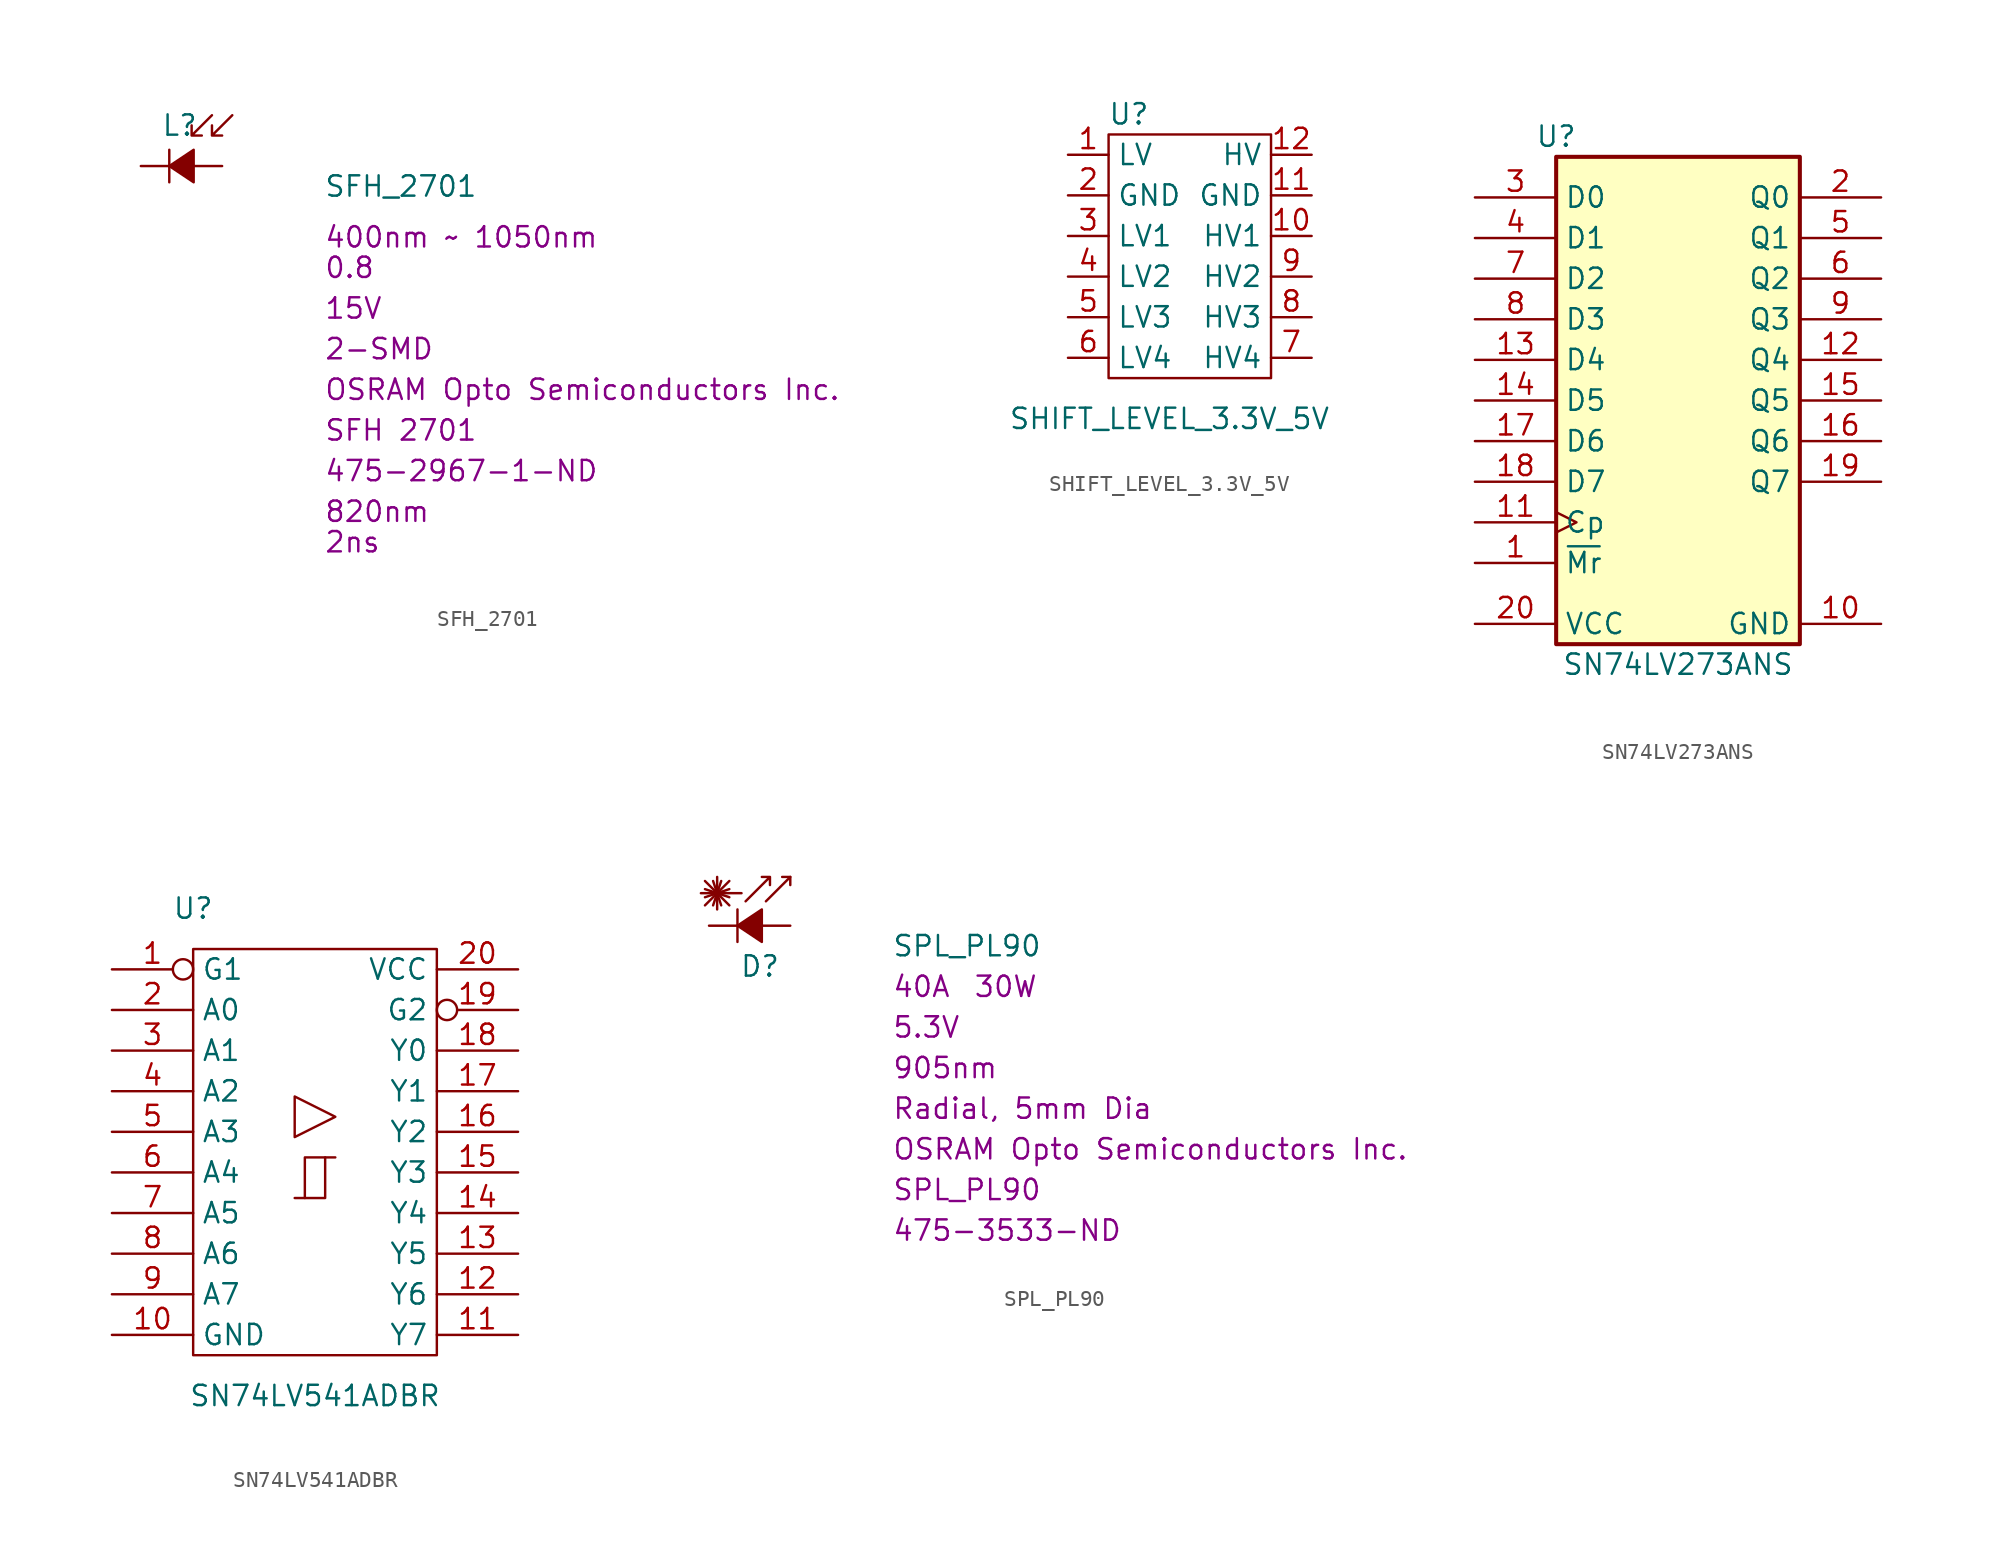
<source format=kicad_sym>
(kicad_symbol_lib
  (version 20220914)
  (generator kicad_symbol_editor)
  (symbol "SFH_2701"
    (pin_numbers hide)
    (pin_names
      (offset 0.254) hide)
    (property "Reference" "L"
      (at -1.27 2.54 0)
      (effects (font (size 1.27 1.27)) (justify left)))
    (property "Value" "SFH_2701"
      (at 8.89 -1.27 0)
      (effects (font (size 1.27 1.27)) (justify left)))
    (property "Voltage - Forward" "0.8"
      (at 8.89 -6.35 0)
      (effects (font (size 1.27 1.27)) (justify left)))
    (property "Voltage - DC Reverse" "15V"
      (at 8.89 -8.89 0)
      (effects (font (size 1.27 1.27)) (justify left)))
    (property "Chip set" "2-SMD"
      (at 8.89 -11.43 0)
      (effects (font (size 1.27 1.27)) (justify left)))
    (property "Wavelength" "820nm"
      (at 8.89 -21.59 0)
      (effects (font (size 1.27 1.27)) (justify left)))
    (property "Spectral Range" "400nm ~ 1050nm"
      (at 8.89 -4.445 0)
      (effects (font (size 1.27 1.27)) (justify left)))
    (property "Response Time" "2ns"
      (at 8.89 -23.495 0)
      (effects (font (size 1.27 1.27)) (justify left)))
    (property "Manufacturer" "OSRAM Opto Semiconductors Inc."
      (at 8.89 -13.97 0)
      (effects (font (size 1.27 1.27)) (justify left)))
    (property "MPN" "SFH 2701"
      (at 8.89 -16.51 0)
      (effects (font (size 1.27 1.27)) (justify left)))
    (property "Digi-Key_PN" "475-2967-1-ND"
      (at 8.89 -19.05 0)
      (effects (font (size 1.27 1.27)) (justify left)))
    (symbol "SFH_2701_0_1"
      (polyline (pts (xy -0.762 -1.016) (xy -0.762 1.016)) (stroke (width 0) (type default)) (fill (type none)))
      (polyline (pts (xy -0.762 0) (xy 0.762 0)) (stroke (width 0) (type default)) (fill (type none)))
      (polyline (pts (xy 0.762 -1.016) (xy -0.762 0) (xy 0.762 1.016) (xy 0.762 -1.016)) (stroke (width 0) (type default)) (fill (type outline))))
    (symbol "SFH_2701_1_1"
      (polyline (pts (xy 0.635 1.905) (xy 1.27 1.905) (xy 0.635 1.905) (xy 0.635 2.54) (xy 0.635 1.905) (xy 1.905 3.175)) (stroke (width 0) (type default)) (fill (type none)))
      (polyline (pts (xy 1.905 1.905) (xy 1.905 2.54) (xy 1.905 1.905) (xy 2.54 1.905) (xy 1.905 1.905) (xy 3.175 3.175)) (stroke (width 0) (type default)) (fill (type none)))
      (pin passive line (at -2.54 0 0) (length 1.778) (name "K" (effects (font (size 1.27 1.27)))) (number "1" (effects (font (size 1.27 1.27)))))
      (pin passive line (at 2.54 0 180) (length 1.778) (name "A" (effects (font (size 1.27 1.27)))) (number "2" (effects (font (size 1.27 1.27)))))))
  (symbol "SHIFT_LEVEL_3.3V_5V"
    (property "Reference" "U"
      (at 3.81 2.54 0)
      (effects (font (size 1.27 1.27))))
    (property "Value" "SHIFT_LEVEL_3.3V_5V"
      (at 6.35 -16.51 0)
      (effects (font (size 1.27 1.27))))
    (symbol "SHIFT_LEVEL_3.3V_5V_0_1"
      (rectangle (start 2.54 1.27) (end 12.7 -13.97) (stroke (width 0) (type default)) (fill (type none))))
    (symbol "SHIFT_LEVEL_3.3V_5V_1_1"
      (pin input line (at 0 0 0) (length 2.54) (name "LV" (effects (font (size 1.27 1.27)))) (number "1" (effects (font (size 1.27 1.27)))))
      (pin input line (at 15.24 -5.08 180) (length 2.54) (name "HV1" (effects (font (size 1.27 1.27)))) (number "10" (effects (font (size 1.27 1.27)))))
      (pin input line (at 15.24 -2.54 180) (length 2.54) (name "GND" (effects (font (size 1.27 1.27)))) (number "11" (effects (font (size 1.27 1.27)))))
      (pin input line (at 15.24 0 180) (length 2.54) (name "HV" (effects (font (size 1.27 1.27)))) (number "12" (effects (font (size 1.27 1.27)))))
      (pin input line (at 0 -2.54 0) (length 2.54) (name "GND" (effects (font (size 1.27 1.27)))) (number "2" (effects (font (size 1.27 1.27)))))
      (pin input line (at 0 -5.08 0) (length 2.54) (name "LV1" (effects (font (size 1.27 1.27)))) (number "3" (effects (font (size 1.27 1.27)))))
      (pin input line (at 0 -7.62 0) (length 2.54) (name "LV2" (effects (font (size 1.27 1.27)))) (number "4" (effects (font (size 1.27 1.27)))))
      (pin input line (at 0 -10.16 0) (length 2.54) (name "LV3" (effects (font (size 1.27 1.27)))) (number "5" (effects (font (size 1.27 1.27)))))
      (pin input line (at 0 -12.7 0) (length 2.54) (name "LV4" (effects (font (size 1.27 1.27)))) (number "6" (effects (font (size 1.27 1.27)))))
      (pin input line (at 15.24 -12.7 180) (length 2.54) (name "HV4" (effects (font (size 1.27 1.27)))) (number "7" (effects (font (size 1.27 1.27)))))
      (pin input line (at 15.24 -10.16 180) (length 2.54) (name "HV3" (effects (font (size 1.27 1.27)))) (number "8" (effects (font (size 1.27 1.27)))))
      (pin input line (at 15.24 -7.62 180) (length 2.54) (name "HV2" (effects (font (size 1.27 1.27)))) (number "9" (effects (font (size 1.27 1.27)))))))
  (symbol "SN74LV273ANS"
    (property "Reference" "U"
      (at -7.62 16.51 0)
      (effects (font (size 1.27 1.27))))
    (property "Value" "SN74LV273ANS"
      (at 0 -16.51 0)
      (effects (font (size 1.27 1.27))))
    (symbol "SN74LV273ANS_1_0"
      (pin input line (at -12.7 -10.16 0) (length 5.08) (name "~{Mr}" (effects (font (size 1.27 1.27)))) (number "1" (effects (font (size 1.27 1.27)))))
      (pin power_in line (at 12.7 -13.97 180) (length 5.08) (name "GND" (effects (font (size 1.27 1.27)))) (number "10" (effects (font (size 1.27 1.27)))))
      (pin input clock (at -12.7 -7.62 0) (length 5.08) (name "Cp" (effects (font (size 1.27 1.27)))) (number "11" (effects (font (size 1.27 1.27)))))
      (pin output line (at 12.7 2.54 180) (length 5.08) (name "Q4" (effects (font (size 1.27 1.27)))) (number "12" (effects (font (size 1.27 1.27)))))
      (pin input line (at -12.7 2.54 0) (length 5.08) (name "D4" (effects (font (size 1.27 1.27)))) (number "13" (effects (font (size 1.27 1.27)))))
      (pin input line (at -12.7 0 0) (length 5.08) (name "D5" (effects (font (size 1.27 1.27)))) (number "14" (effects (font (size 1.27 1.27)))))
      (pin output line (at 12.7 0 180) (length 5.08) (name "Q5" (effects (font (size 1.27 1.27)))) (number "15" (effects (font (size 1.27 1.27)))))
      (pin output line (at 12.7 -2.54 180) (length 5.08) (name "Q6" (effects (font (size 1.27 1.27)))) (number "16" (effects (font (size 1.27 1.27)))))
      (pin input line (at -12.7 -2.54 0) (length 5.08) (name "D6" (effects (font (size 1.27 1.27)))) (number "17" (effects (font (size 1.27 1.27)))))
      (pin input line (at -12.7 -5.08 0) (length 5.08) (name "D7" (effects (font (size 1.27 1.27)))) (number "18" (effects (font (size 1.27 1.27)))))
      (pin output line (at 12.7 -5.08 180) (length 5.08) (name "Q7" (effects (font (size 1.27 1.27)))) (number "19" (effects (font (size 1.27 1.27)))))
      (pin output line (at 12.7 12.7 180) (length 5.08) (name "Q0" (effects (font (size 1.27 1.27)))) (number "2" (effects (font (size 1.27 1.27)))))
      (pin power_in line (at -12.7 -13.97 0) (length 5.08) (name "VCC" (effects (font (size 1.27 1.27)))) (number "20" (effects (font (size 1.27 1.27)))))
      (pin input line (at -12.7 12.7 0) (length 5.08) (name "D0" (effects (font (size 1.27 1.27)))) (number "3" (effects (font (size 1.27 1.27)))))
      (pin input line (at -12.7 10.16 0) (length 5.08) (name "D1" (effects (font (size 1.27 1.27)))) (number "4" (effects (font (size 1.27 1.27)))))
      (pin output line (at 12.7 10.16 180) (length 5.08) (name "Q1" (effects (font (size 1.27 1.27)))) (number "5" (effects (font (size 1.27 1.27)))))
      (pin output line (at 12.7 7.62 180) (length 5.08) (name "Q2" (effects (font (size 1.27 1.27)))) (number "6" (effects (font (size 1.27 1.27)))))
      (pin input line (at -12.7 7.62 0) (length 5.08) (name "D2" (effects (font (size 1.27 1.27)))) (number "7" (effects (font (size 1.27 1.27)))))
      (pin input line (at -12.7 5.08 0) (length 5.08) (name "D3" (effects (font (size 1.27 1.27)))) (number "8" (effects (font (size 1.27 1.27)))))
      (pin output line (at 12.7 5.08 180) (length 5.08) (name "Q3" (effects (font (size 1.27 1.27)))) (number "9" (effects (font (size 1.27 1.27))))))
    (symbol "SN74LV273ANS_1_1"
      (rectangle (start -7.62 15.24) (end 7.62 -15.24) (stroke (width 0.254) (type default)) (fill (type background)))))
  (symbol "SN74LV541ADBR"
    (property "Reference" "U"
      (at -7.62 15.24 0)
      (effects (font (size 1.27 1.27))))
    (property "Value" "SN74LV541ADBR"
      (at 0 -15.24 0)
      (effects (font (size 1.27 1.27))))
    (symbol "SN74LV541ADBR_1_0"
      (polyline (pts (xy -0.635 -2.87) (xy -0.635 -0.33) (xy 0.635 -0.33)) (stroke (width 0) (type default)) (fill (type none)))
      (polyline (pts (xy -1.27 -2.87) (xy 0.635 -2.87) (xy 0.635 -0.33) (xy 1.27 -0.33)) (stroke (width 0) (type default)) (fill (type none)))
      (polyline (pts (xy 1.27 2.21) (xy -1.27 3.48) (xy -1.27 0.94) (xy 1.27 2.21)) (stroke (width 0.152) (type default)) (fill (type none)))
      (pin input inverted (at -12.7 11.43 0) (length 5.08) (name "G1" (effects (font (size 1.27 1.27)))) (number "1" (effects (font (size 1.27 1.27)))))
      (pin power_in line (at -12.7 -11.43 0) (length 5.08) (name "GND" (effects (font (size 1.27 1.27)))) (number "10" (effects (font (size 1.27 1.27)))))
      (pin tri_state line (at 12.7 -11.43 180) (length 5.08) (name "Y7" (effects (font (size 1.27 1.27)))) (number "11" (effects (font (size 1.27 1.27)))))
      (pin tri_state line (at 12.7 -8.89 180) (length 5.08) (name "Y6" (effects (font (size 1.27 1.27)))) (number "12" (effects (font (size 1.27 1.27)))))
      (pin tri_state line (at 12.7 -6.35 180) (length 5.08) (name "Y5" (effects (font (size 1.27 1.27)))) (number "13" (effects (font (size 1.27 1.27)))))
      (pin tri_state line (at 12.7 -3.81 180) (length 5.08) (name "Y4" (effects (font (size 1.27 1.27)))) (number "14" (effects (font (size 1.27 1.27)))))
      (pin tri_state line (at 12.7 -1.27 180) (length 5.08) (name "Y3" (effects (font (size 1.27 1.27)))) (number "15" (effects (font (size 1.27 1.27)))))
      (pin tri_state line (at 12.7 1.27 180) (length 5.08) (name "Y2" (effects (font (size 1.27 1.27)))) (number "16" (effects (font (size 1.27 1.27)))))
      (pin tri_state line (at 12.7 3.81 180) (length 5.08) (name "Y1" (effects (font (size 1.27 1.27)))) (number "17" (effects (font (size 1.27 1.27)))))
      (pin tri_state line (at 12.7 6.35 180) (length 5.08) (name "Y0" (effects (font (size 1.27 1.27)))) (number "18" (effects (font (size 1.27 1.27)))))
      (pin input inverted (at 12.7 8.89 180) (length 5.08) (name "G2" (effects (font (size 1.27 1.27)))) (number "19" (effects (font (size 1.27 1.27)))))
      (pin input line (at -12.7 8.89 0) (length 5.08) (name "A0" (effects (font (size 1.27 1.27)))) (number "2" (effects (font (size 1.27 1.27)))))
      (pin power_in line (at 12.7 11.43 180) (length 5.08) (name "VCC" (effects (font (size 1.27 1.27)))) (number "20" (effects (font (size 1.27 1.27)))))
      (pin input line (at -12.7 6.35 0) (length 5.08) (name "A1" (effects (font (size 1.27 1.27)))) (number "3" (effects (font (size 1.27 1.27)))))
      (pin input line (at -12.7 3.81 0) (length 5.08) (name "A2" (effects (font (size 1.27 1.27)))) (number "4" (effects (font (size 1.27 1.27)))))
      (pin input line (at -12.7 1.27 0) (length 5.08) (name "A3" (effects (font (size 1.27 1.27)))) (number "5" (effects (font (size 1.27 1.27)))))
      (pin input line (at -12.7 -1.27 0) (length 5.08) (name "A4" (effects (font (size 1.27 1.27)))) (number "6" (effects (font (size 1.27 1.27)))))
      (pin input line (at -12.7 -3.81 0) (length 5.08) (name "A5" (effects (font (size 1.27 1.27)))) (number "7" (effects (font (size 1.27 1.27)))))
      (pin input line (at -12.7 -6.35 0) (length 5.08) (name "A6" (effects (font (size 1.27 1.27)))) (number "8" (effects (font (size 1.27 1.27)))))
      (pin input line (at -12.7 -8.89 0) (length 5.08) (name "A7" (effects (font (size 1.27 1.27)))) (number "9" (effects (font (size 1.27 1.27))))))
    (symbol "SN74LV541ADBR_1_1"
      (rectangle (start -7.62 12.7) (end 7.62 -12.7) (stroke (width 0) (type default)) (fill (type none)))))
  (symbol "SPL_PL90"
    (pin_numbers hide)
    (pin_names
      (offset 0.254) hide)
    (property "Reference" "D"
      (at -0.635 -2.54 0)
      (effects (font (size 1.27 1.27)) (justify left)))
    (property "Value" "SPL_PL90"
      (at 8.89 -1.27 0)
      (effects (font (size 1.27 1.27)) (justify left)))
    (property "Current" "40A"
      (at 8.89 -3.81 0)
      (effects (font (size 1.27 1.27)) (justify left)))
    (property "Voltage - Forward" "5.3V"
      (at 8.89 -6.35 0)
      (effects (font (size 1.27 1.27)) (justify left)))
    (property "Wavelength" "905nm"
      (at 8.89 -8.89 0)
      (effects (font (size 1.27 1.27)) (justify left)))
    (property "Chip set" "Radial, 5mm Dia"
      (at 8.89 -11.43 0)
      (effects (font (size 1.27 1.27)) (justify left)))
    (property "Power (Watts)" "30W"
      (at 13.97 -3.81 0)
      (effects (font (size 1.27 1.27)) (justify left)))
    (property "Manufacturer" "OSRAM Opto Semiconductors Inc."
      (at 8.89 -13.97 0)
      (effects (font (size 1.27 1.27)) (justify left)))
    (property "MPN" "SPL_PL90"
      (at 8.89 -16.51 0)
      (effects (font (size 1.27 1.27)) (justify left)))
    (property "Digi-Key_PN" "475-3533-ND"
      (at 8.89 -19.05 0)
      (effects (font (size 1.27 1.27)) (justify left)))
    (symbol "SPL_PL90_0_1"
      (polyline (pts (xy -0.762 -1.016) (xy -0.762 1.016)) (stroke (width 0) (type default)) (fill (type none)))
      (polyline (pts (xy -0.762 0) (xy 0.762 0)) (stroke (width 0) (type default)) (fill (type none)))
      (polyline (pts (xy 0.762 -1.016) (xy -0.762 0) (xy 0.762 1.016) (xy 0.762 -1.016)) (stroke (width 0) (type default)) (fill (type outline))))
    (symbol "SPL_PL90_1_1"
      (polyline (pts (xy -2.794 1.27) (xy -1.27 2.794)) (stroke (width 0) (type default)) (fill (type none)))
      (polyline (pts (xy -2.794 1.778) (xy -1.27 2.286)) (stroke (width 0) (type default)) (fill (type none)))
      (polyline (pts (xy -2.794 2.286) (xy -1.27 1.778)) (stroke (width 0) (type default)) (fill (type none)))
      (polyline (pts (xy -2.794 2.794) (xy -1.27 1.27)) (stroke (width 0) (type default)) (fill (type none)))
      (polyline (pts (xy -2.286 2.794) (xy -1.778 1.27)) (stroke (width 0) (type default)) (fill (type none)))
      (polyline (pts (xy -2.032 2.032) (xy -2.032 1.016)) (stroke (width 0) (type default)) (fill (type none)))
      (polyline (pts (xy -2.032 2.032) (xy -2.032 3.048)) (stroke (width 0) (type default)) (fill (type none)))
      (polyline (pts (xy -1.778 2.794) (xy -2.286 1.27)) (stroke (width 0) (type default)) (fill (type none)))
      (polyline (pts (xy -0.508 2.032) (xy -3.048 2.032)) (stroke (width 0) (type default)) (fill (type none)))
      (polyline (pts (xy 2.54 3.048) (xy 2.032 3.048)) (stroke (width 0) (type default)) (fill (type none)))
      (polyline (pts (xy 1.016 1.524) (xy 2.54 3.048) (xy 2.54 2.54)) (stroke (width 0) (type default)) (fill (type none)))
      (polyline (pts (xy -0.254 1.524) (xy 1.27 3.048) (xy 1.27 2.54) (xy 1.27 3.048) (xy 0.762 3.048)) (stroke (width 0) (type default)) (fill (type none)))
      (pin passive line (at -2.54 0 0) (length 1.778) (name "K" (effects (font (size 1.27 1.27)))) (number "1" (effects (font (size 1.27 1.27)))))
      (pin passive line (at 2.54 0 180) (length 1.778) (name "A" (effects (font (size 1.27 1.27)))) (number "2" (effects (font (size 1.27 1.27))))))))
</source>
